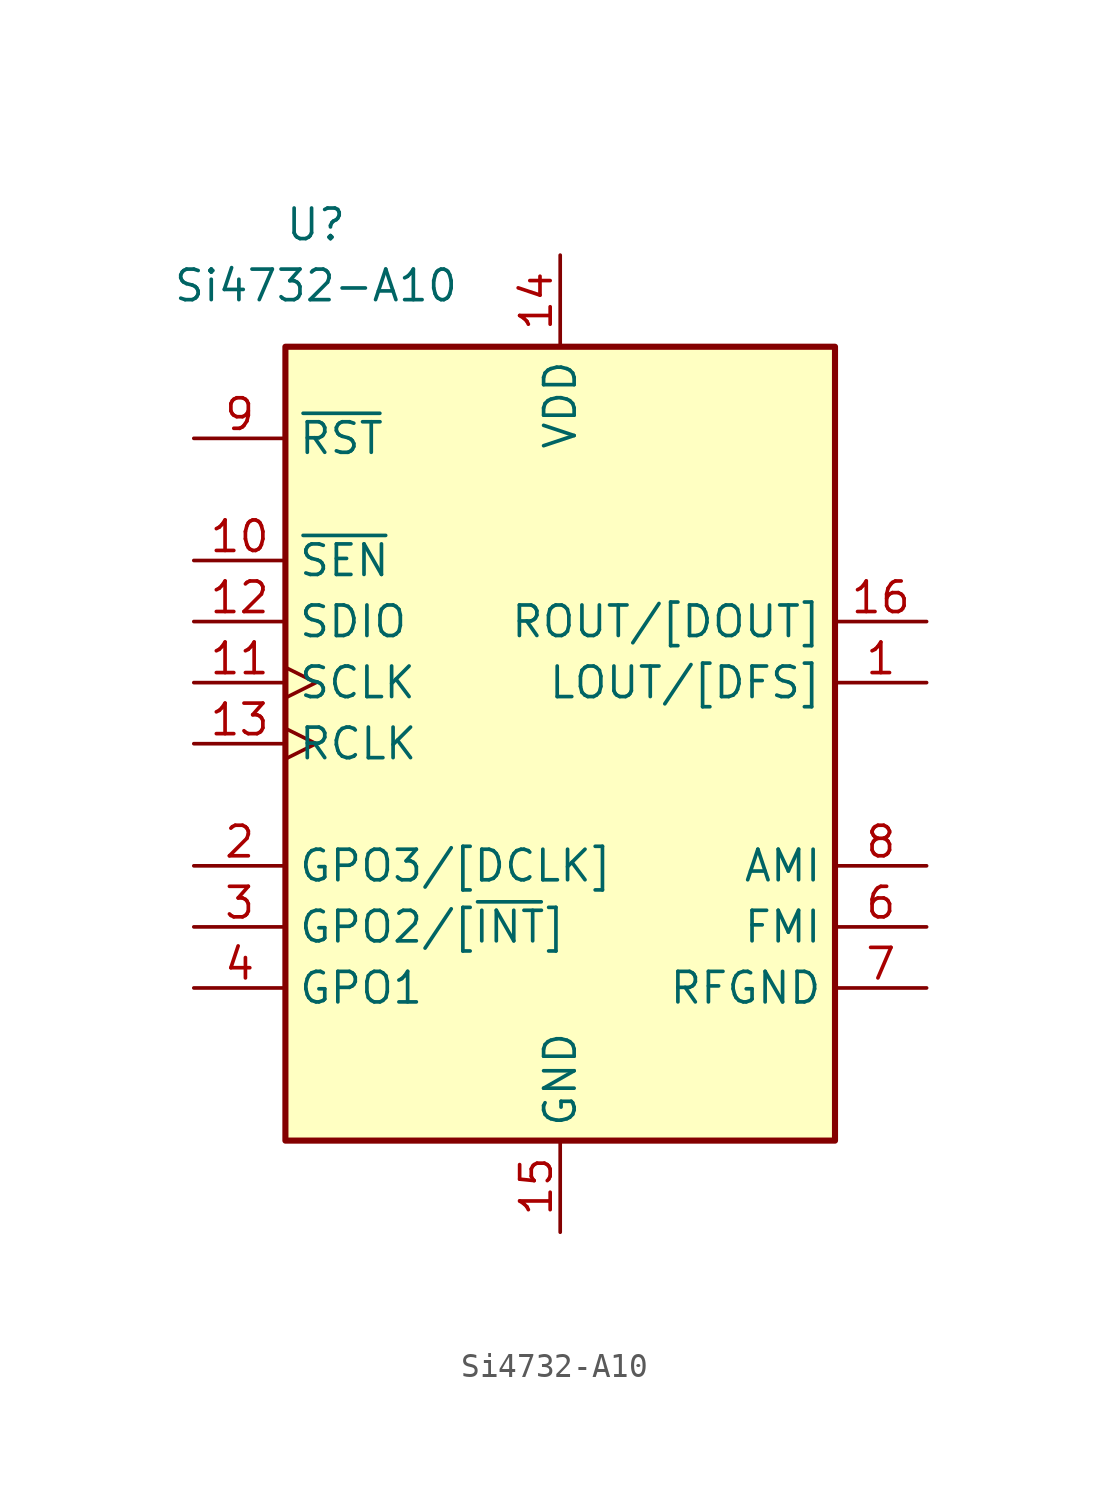
<source format=kicad_sym>
(kicad_symbol_lib
  (version 20211014)
  (generator kicad_symbol_editor)
  (symbol "Si4732-A10"
    (property "Reference" "U"
      (at -10.16 20.32 0)
      (effects (font (size 1.27 1.27))))
    (property "Value" "Si4732-A10"
      (at -10.16 17.78 0)
      (effects (font (size 1.27 1.27))))
    (symbol "Si4732-A10_0_1"
      (rectangle (start 11.43 15.24) (end -11.43 -17.78) (stroke (width 0.254) (type default) (color 0 0 0 0)) (fill (type background))))
    (symbol "Si4732-A10_1_1"
      (pin bidirectional line (at 15.24 1.27 180) (length 3.81) (name "LOUT/[DFS]" (effects (font (size 1.27 1.27)))) (number "1" (effects (font (size 1.27 1.27)))))
      (pin input line (at -15.24 6.35 0) (length 3.81) (name "~{SEN}" (effects (font (size 1.27 1.27)))) (number "10" (effects (font (size 1.27 1.27)))))
      (pin input clock (at -15.24 1.27 0) (length 3.81) (name "SCLK" (effects (font (size 1.27 1.27)))) (number "11" (effects (font (size 1.27 1.27)))))
      (pin bidirectional line (at -15.24 3.81 0) (length 3.81) (name "SDIO" (effects (font (size 1.27 1.27)))) (number "12" (effects (font (size 1.27 1.27)))))
      (pin input clock (at -15.24 -1.27 0) (length 3.81) (name "RCLK" (effects (font (size 1.27 1.27)))) (number "13" (effects (font (size 1.27 1.27)))))
      (pin power_in line (at 0 19.05 270) (length 3.81) (name "VDD" (effects (font (size 1.27 1.27)))) (number "14" (effects (font (size 1.27 1.27)))))
      (pin power_in line (at 0 -21.59 90) (length 3.81) (name "GND" (effects (font (size 1.27 1.27)))) (number "15" (effects (font (size 1.27 1.27)))))
      (pin output line (at 15.24 3.81 180) (length 3.81) (name "ROUT/[DOUT]" (effects (font (size 1.27 1.27)))) (number "16" (effects (font (size 1.27 1.27)))))
      (pin bidirectional line (at -15.24 -6.35 0) (length 3.81) (name "GPO3/[DCLK]" (effects (font (size 1.27 1.27)))) (number "2" (effects (font (size 1.27 1.27)))))
      (pin output line (at -15.24 -8.89 0) (length 3.81) (name "GPO2/[~{INT}]" (effects (font (size 1.27 1.27)))) (number "3" (effects (font (size 1.27 1.27)))))
      (pin output line (at -15.24 -11.43 0) (length 3.81) (name "GPO1" (effects (font (size 1.27 1.27)))) (number "4" (effects (font (size 1.27 1.27)))))
      (pin no_connect line (at -15.24 -15.24 0) (length 3.81) hide (name "NC" (effects (font (size 1.27 1.27)))) (number "5" (effects (font (size 1.27 1.27)))))
      (pin input line (at 15.24 -8.89 180) (length 3.81) (name "FMI" (effects (font (size 1.27 1.27)))) (number "6" (effects (font (size 1.27 1.27)))))
      (pin power_in line (at 15.24 -11.43 180) (length 3.81) (name "RFGND" (effects (font (size 1.27 1.27)))) (number "7" (effects (font (size 1.27 1.27)))))
      (pin input line (at 15.24 -6.35 180) (length 3.81) (name "AMI" (effects (font (size 1.27 1.27)))) (number "8" (effects (font (size 1.27 1.27)))))
      (pin input line (at -15.24 11.43 0) (length 3.81) (name "~{RST}" (effects (font (size 1.27 1.27)))) (number "9" (effects (font (size 1.27 1.27))))))))
</source>
